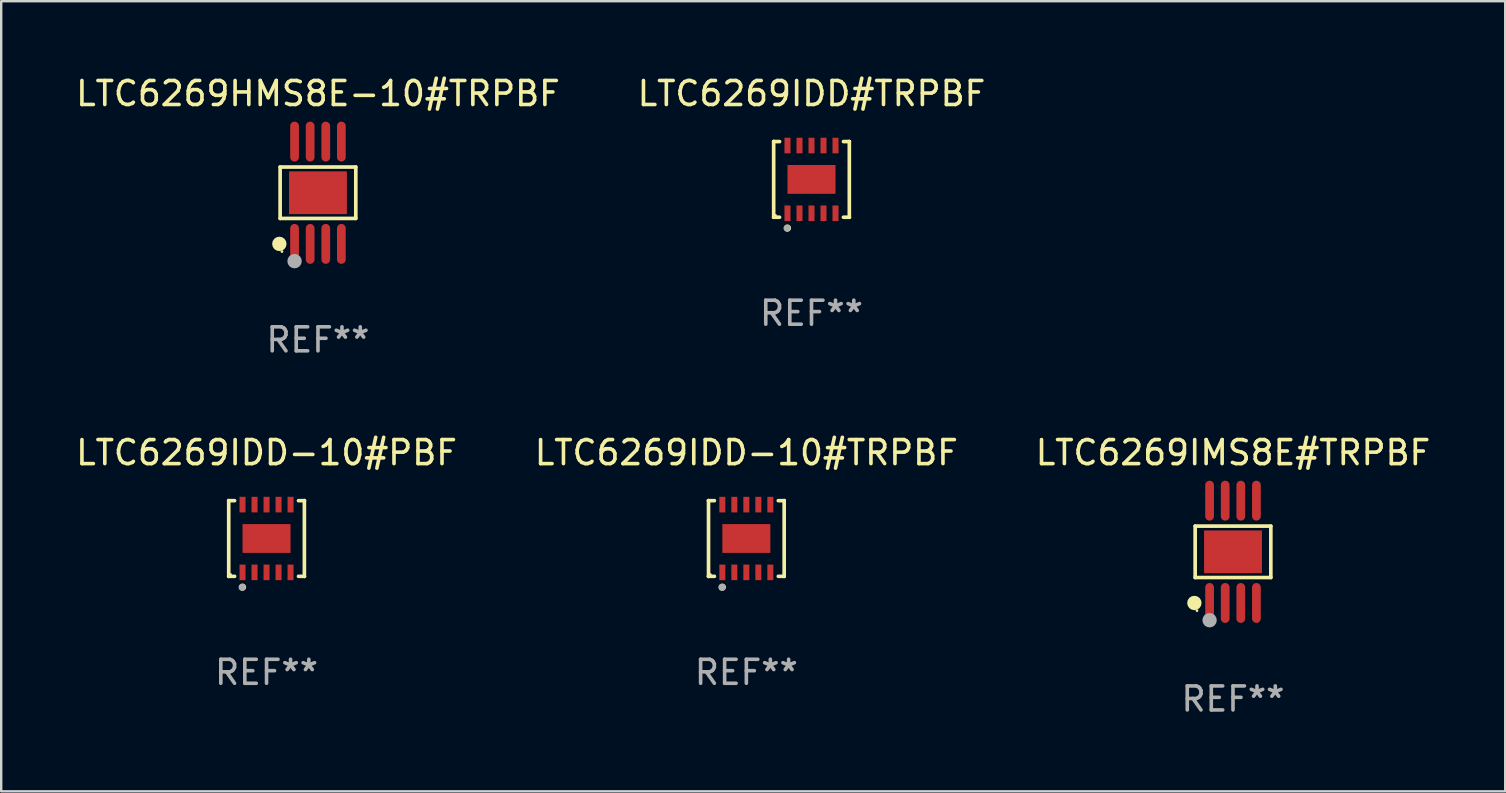
<source format=kicad_pcb>
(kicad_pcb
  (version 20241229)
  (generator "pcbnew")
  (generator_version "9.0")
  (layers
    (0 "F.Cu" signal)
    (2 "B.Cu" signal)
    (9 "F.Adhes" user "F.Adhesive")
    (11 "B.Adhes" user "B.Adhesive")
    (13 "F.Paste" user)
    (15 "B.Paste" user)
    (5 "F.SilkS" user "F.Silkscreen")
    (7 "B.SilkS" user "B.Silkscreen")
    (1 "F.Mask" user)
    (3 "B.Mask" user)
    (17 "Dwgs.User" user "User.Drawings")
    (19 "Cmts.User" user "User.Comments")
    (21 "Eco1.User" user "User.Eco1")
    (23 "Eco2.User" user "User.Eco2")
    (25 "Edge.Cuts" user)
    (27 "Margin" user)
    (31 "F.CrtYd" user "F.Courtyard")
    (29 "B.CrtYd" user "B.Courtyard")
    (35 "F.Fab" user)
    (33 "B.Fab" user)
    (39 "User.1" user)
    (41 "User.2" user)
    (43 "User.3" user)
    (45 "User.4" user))
  (footprint "LTC6269IDD#TRPBF"
    (layer "F.Cu")
    (at 30.756 4.424)
    (property "Reference" "LTC6269IDD#TRPBF" (at 0 -3.576 0) (layer "F.SilkS") (effects (font (size 1 1) (thickness 0.15))))
    (attr through_hole)
    (fp_line (start -1.576 -1.576) (end -1.576 -1.576) (stroke (width 0.152) (type solid)) (layer "F.SilkS"))
    (fp_line (start -1.576 -1.576) (end -1.331 -1.576) (stroke (width 0.152) (type solid)) (layer "F.SilkS"))
    (fp_line (start -1.576 1.576) (end -1.576 -1.576) (stroke (width 0.152) (type solid)) (layer "F.SilkS"))
    (fp_line (start -1.576 1.576) (end -1.576 1.576) (stroke (width 0.152) (type solid)) (layer "F.SilkS"))
    (fp_line (start -1.331 1.576) (end -1.576 1.576) (stroke (width 0.152) (type solid)) (layer "F.SilkS"))
    (fp_line (start 1.331 1.576) (end 1.576 1.576) (stroke (width 0.152) (type solid)) (layer "F.SilkS"))
    (fp_line (start 1.576 -1.576) (end 1.331 -1.576) (stroke (width 0.152) (type solid)) (layer "F.SilkS"))
    (fp_line (start 1.576 -1.576) (end 1.576 -1.576) (stroke (width 0.152) (type solid)) (layer "F.SilkS"))
    (fp_line (start 1.576 1.576) (end 1.576 -1.576) (stroke (width 0.152) (type solid)) (layer "F.SilkS"))
    (fp_line (start 1.576 1.576) (end 1.576 1.576) (stroke (width 0.152) (type solid)) (layer "F.SilkS"))
    (fp_circle (center -1.5 1.5) (end -1.47 1.5) (stroke (width 0.06) (type solid)) (fill no) (layer "F.SilkS"))
    (fp_circle (center -1 2.028) (end -0.925 2.028) (stroke (width 0.15) (type solid)) (fill no) (layer "F.SilkS"))
    (fp_circle (center -1.016 2.032) (end -0.941 2.032) (stroke (width 0.15) (type solid)) (fill no) (layer "F.Fab"))
    (fp_text user "REF**" (at 0 5.576 0) (layer "F.Fab") (effects (font (size 1 1) (thickness 0.15))))
    (pad "1" smd rect (at -1 1.411) (size 0.25 0.65) (layers "F.Cu" "F.Mask" "F.Paste"))
    (pad "2" smd rect (at -0.5 1.411) (size 0.25 0.65) (layers "F.Cu" "F.Mask" "F.Paste"))
    (pad "3" smd rect (at 0 1.411) (size 0.25 0.65) (layers "F.Cu" "F.Mask" "F.Paste"))
    (pad "4" smd rect (at 0.5 1.411) (size 0.25 0.65) (layers "F.Cu" "F.Mask" "F.Paste"))
    (pad "5" smd rect (at 1 1.411) (size 0.25 0.65) (layers "F.Cu" "F.Mask" "F.Paste"))
    (pad "6" smd rect (at 1 -1.411) (size 0.25 0.65) (layers "F.Cu" "F.Mask" "F.Paste"))
    (pad "7" smd rect (at 0.5 -1.411) (size 0.25 0.65) (layers "F.Cu" "F.Mask" "F.Paste"))
    (pad "8" smd rect (at 0 -1.411) (size 0.25 0.65) (layers "F.Cu" "F.Mask" "F.Paste"))
    (pad "9" smd rect (at -0.5 -1.411) (size 0.25 0.65) (layers "F.Cu" "F.Mask" "F.Paste"))
    (pad "10" smd rect (at -1 -1.411) (size 0.25 0.65) (layers "F.Cu" "F.Mask" "F.Paste"))
    (pad "11" smd rect (at 0 0) (size 2 1.2) (layers "F.Cu" "F.Mask" "F.Paste")))
  (footprint "LTC6269IMS8E#TRPBF"
    (layer "F.Cu")
    (at 48.315 19.938)
    (property "Reference" "LTC6269IMS8E#TRPBF" (at 0 -4.131 0) (layer "F.SilkS") (effects (font (size 1 1) (thickness 0.15))))
    (attr through_hole)
    (fp_line (start -1.576 -1.071) (end 1.576 -1.071) (stroke (width 0.152) (type solid)) (layer "F.SilkS"))
    (fp_line (start -1.576 1.071) (end -1.576 -1.071) (stroke (width 0.152) (type solid)) (layer "F.SilkS"))
    (fp_line (start 1.576 -1.071) (end 1.576 1.071) (stroke (width 0.152) (type solid)) (layer "F.SilkS"))
    (fp_line (start 1.576 1.071) (end -1.576 1.071) (stroke (width 0.152) (type solid)) (layer "F.SilkS"))
    (fp_circle (center -1.609 2.131) (end -1.459 2.131) (stroke (width 0.3) (type solid)) (fill no) (layer "F.SilkS"))
    (fp_circle (center -1.5 2.45) (end -1.47 2.45) (stroke (width 0.06) (type solid)) (fill no) (layer "F.SilkS"))
    (fp_circle (center -0.975 2.85) (end -0.825 2.85) (stroke (width 0.3) (type solid)) (fill no) (layer "F.Fab"))
    (fp_text user "REF**" (at 0 6.131 0) (layer "F.Fab") (effects (font (size 1 1) (thickness 0.15))))
    (pad "1" smd oval (at -0.975 2.131) (size 0.364 1.662) (layers "F.Cu" "F.Mask" "F.Paste"))
    (pad "2" smd oval (at -0.325 2.131) (size 0.364 1.662) (layers "F.Cu" "F.Mask" "F.Paste"))
    (pad "3" smd oval (at 0.325 2.131) (size 0.364 1.662) (layers "F.Cu" "F.Mask" "F.Paste"))
    (pad "4" smd oval (at 0.975 2.131) (size 0.364 1.662) (layers "F.Cu" "F.Mask" "F.Paste"))
    (pad "5" smd oval (at 0.975 -2.131) (size 0.364 1.662) (layers "F.Cu" "F.Mask" "F.Paste"))
    (pad "6" smd oval (at 0.325 -2.131) (size 0.364 1.662) (layers "F.Cu" "F.Mask" "F.Paste"))
    (pad "7" smd oval (at -0.325 -2.131) (size 0.364 1.662) (layers "F.Cu" "F.Mask" "F.Paste"))
    (pad "8" smd oval (at -0.975 -2.131) (size 0.364 1.662) (layers "F.Cu" "F.Mask" "F.Paste"))
    (pad "9" smd rect (at 0 0) (size 2.41 1.78) (layers "F.Cu" "F.Mask" "F.Paste")))
  (footprint "LTC6269IDD-10#TRPBF"
    (layer "F.Cu")
    (at 28.042 19.383)
    (property "Reference" "LTC6269IDD-10#TRPBF" (at 0 -3.576 0) (layer "F.SilkS") (effects (font (size 1 1) (thickness 0.15))))
    (attr through_hole)
    (fp_line (start -1.576 -1.576) (end -1.576 -1.576) (stroke (width 0.152) (type solid)) (layer "F.SilkS"))
    (fp_line (start -1.576 -1.576) (end -1.331 -1.576) (stroke (width 0.152) (type solid)) (layer "F.SilkS"))
    (fp_line (start -1.576 1.576) (end -1.576 -1.576) (stroke (width 0.152) (type solid)) (layer "F.SilkS"))
    (fp_line (start -1.576 1.576) (end -1.576 1.576) (stroke (width 0.152) (type solid)) (layer "F.SilkS"))
    (fp_line (start -1.331 1.576) (end -1.576 1.576) (stroke (width 0.152) (type solid)) (layer "F.SilkS"))
    (fp_line (start 1.331 1.576) (end 1.576 1.576) (stroke (width 0.152) (type solid)) (layer "F.SilkS"))
    (fp_line (start 1.576 -1.576) (end 1.331 -1.576) (stroke (width 0.152) (type solid)) (layer "F.SilkS"))
    (fp_line (start 1.576 -1.576) (end 1.576 -1.576) (stroke (width 0.152) (type solid)) (layer "F.SilkS"))
    (fp_line (start 1.576 1.576) (end 1.576 -1.576) (stroke (width 0.152) (type solid)) (layer "F.SilkS"))
    (fp_line (start 1.576 1.576) (end 1.576 1.576) (stroke (width 0.152) (type solid)) (layer "F.SilkS"))
    (fp_circle (center -1.5 1.5) (end -1.47 1.5) (stroke (width 0.06) (type solid)) (fill no) (layer "F.SilkS"))
    (fp_circle (center -1 2.028) (end -0.925 2.028) (stroke (width 0.15) (type solid)) (fill no) (layer "F.SilkS"))
    (fp_circle (center -1.016 2.032) (end -0.941 2.032) (stroke (width 0.15) (type solid)) (fill no) (layer "F.Fab"))
    (fp_text user "REF**" (at 0 5.576 0) (layer "F.Fab") (effects (font (size 1 1) (thickness 0.15))))
    (pad "1" smd rect (at -1 1.411) (size 0.25 0.65) (layers "F.Cu" "F.Mask" "F.Paste"))
    (pad "2" smd rect (at -0.5 1.411) (size 0.25 0.65) (layers "F.Cu" "F.Mask" "F.Paste"))
    (pad "3" smd rect (at 0 1.411) (size 0.25 0.65) (layers "F.Cu" "F.Mask" "F.Paste"))
    (pad "4" smd rect (at 0.5 1.411) (size 0.25 0.65) (layers "F.Cu" "F.Mask" "F.Paste"))
    (pad "5" smd rect (at 1 1.411) (size 0.25 0.65) (layers "F.Cu" "F.Mask" "F.Paste"))
    (pad "6" smd rect (at 1 -1.411) (size 0.25 0.65) (layers "F.Cu" "F.Mask" "F.Paste"))
    (pad "7" smd rect (at 0.5 -1.411) (size 0.25 0.65) (layers "F.Cu" "F.Mask" "F.Paste"))
    (pad "8" smd rect (at 0 -1.411) (size 0.25 0.65) (layers "F.Cu" "F.Mask" "F.Paste"))
    (pad "9" smd rect (at -0.5 -1.411) (size 0.25 0.65) (layers "F.Cu" "F.Mask" "F.Paste"))
    (pad "10" smd rect (at -1 -1.411) (size 0.25 0.65) (layers "F.Cu" "F.Mask" "F.Paste"))
    (pad "11" smd rect (at 0 0) (size 2 1.2) (layers "F.Cu" "F.Mask" "F.Paste")))
  (footprint "LTC6269HMS8E-10#TRPBF"
    (layer "F.Cu")
    (at 10.196 4.979)
    (property "Reference" "LTC6269HMS8E-10#TRPBF" (at 0 -4.131 0) (layer "F.SilkS") (effects (font (size 1 1) (thickness 0.15))))
    (attr through_hole)
    (fp_line (start -1.576 -1.071) (end 1.576 -1.071) (stroke (width 0.152) (type solid)) (layer "F.SilkS"))
    (fp_line (start -1.576 1.071) (end -1.576 -1.071) (stroke (width 0.152) (type solid)) (layer "F.SilkS"))
    (fp_line (start 1.576 -1.071) (end 1.576 1.071) (stroke (width 0.152) (type solid)) (layer "F.SilkS"))
    (fp_line (start 1.576 1.071) (end -1.576 1.071) (stroke (width 0.152) (type solid)) (layer "F.SilkS"))
    (fp_circle (center -1.609 2.131) (end -1.459 2.131) (stroke (width 0.3) (type solid)) (fill no) (layer "F.SilkS"))
    (fp_circle (center -1.5 2.45) (end -1.47 2.45) (stroke (width 0.06) (type solid)) (fill no) (layer "F.SilkS"))
    (fp_circle (center -0.975 2.85) (end -0.825 2.85) (stroke (width 0.3) (type solid)) (fill no) (layer "F.Fab"))
    (fp_text user "REF**" (at 0 6.131 0) (layer "F.Fab") (effects (font (size 1 1) (thickness 0.15))))
    (pad "1" smd oval (at -0.975 2.131) (size 0.364 1.662) (layers "F.Cu" "F.Mask" "F.Paste"))
    (pad "2" smd oval (at -0.325 2.131) (size 0.364 1.662) (layers "F.Cu" "F.Mask" "F.Paste"))
    (pad "3" smd oval (at 0.325 2.131) (size 0.364 1.662) (layers "F.Cu" "F.Mask" "F.Paste"))
    (pad "4" smd oval (at 0.975 2.131) (size 0.364 1.662) (layers "F.Cu" "F.Mask" "F.Paste"))
    (pad "5" smd oval (at 0.975 -2.131) (size 0.364 1.662) (layers "F.Cu" "F.Mask" "F.Paste"))
    (pad "6" smd oval (at 0.325 -2.131) (size 0.364 1.662) (layers "F.Cu" "F.Mask" "F.Paste"))
    (pad "7" smd oval (at -0.325 -2.131) (size 0.364 1.662) (layers "F.Cu" "F.Mask" "F.Paste"))
    (pad "8" smd oval (at -0.975 -2.131) (size 0.364 1.662) (layers "F.Cu" "F.Mask" "F.Paste"))
    (pad "9" smd rect (at 0 0) (size 2.41 1.78) (layers "F.Cu" "F.Mask" "F.Paste")))
  (footprint "LTC6269IDD-10#PBF"
    (layer "F.Cu")
    (at 8.054 19.383)
    (property "Reference" "LTC6269IDD-10#PBF" (at 0 -3.576 0) (layer "F.SilkS") (effects (font (size 1 1) (thickness 0.15))))
    (attr through_hole)
    (fp_line (start -1.576 -1.576) (end -1.576 -1.576) (stroke (width 0.152) (type solid)) (layer "F.SilkS"))
    (fp_line (start -1.576 -1.576) (end -1.331 -1.576) (stroke (width 0.152) (type solid)) (layer "F.SilkS"))
    (fp_line (start -1.576 1.576) (end -1.576 -1.576) (stroke (width 0.152) (type solid)) (layer "F.SilkS"))
    (fp_line (start -1.576 1.576) (end -1.576 1.576) (stroke (width 0.152) (type solid)) (layer "F.SilkS"))
    (fp_line (start -1.331 1.576) (end -1.576 1.576) (stroke (width 0.152) (type solid)) (layer "F.SilkS"))
    (fp_line (start 1.331 1.576) (end 1.576 1.576) (stroke (width 0.152) (type solid)) (layer "F.SilkS"))
    (fp_line (start 1.576 -1.576) (end 1.331 -1.576) (stroke (width 0.152) (type solid)) (layer "F.SilkS"))
    (fp_line (start 1.576 -1.576) (end 1.576 -1.576) (stroke (width 0.152) (type solid)) (layer "F.SilkS"))
    (fp_line (start 1.576 1.576) (end 1.576 -1.576) (stroke (width 0.152) (type solid)) (layer "F.SilkS"))
    (fp_line (start 1.576 1.576) (end 1.576 1.576) (stroke (width 0.152) (type solid)) (layer "F.SilkS"))
    (fp_circle (center -1.5 1.5) (end -1.47 1.5) (stroke (width 0.06) (type solid)) (fill no) (layer "F.SilkS"))
    (fp_circle (center -1 2.028) (end -0.925 2.028) (stroke (width 0.15) (type solid)) (fill no) (layer "F.SilkS"))
    (fp_circle (center -1.016 2.032) (end -0.941 2.032) (stroke (width 0.15) (type solid)) (fill no) (layer "F.Fab"))
    (fp_text user "REF**" (at 0 5.576 0) (layer "F.Fab") (effects (font (size 1 1) (thickness 0.15))))
    (pad "1" smd rect (at -1 1.411) (size 0.25 0.65) (layers "F.Cu" "F.Mask" "F.Paste"))
    (pad "2" smd rect (at -0.5 1.411) (size 0.25 0.65) (layers "F.Cu" "F.Mask" "F.Paste"))
    (pad "3" smd rect (at 0 1.411) (size 0.25 0.65) (layers "F.Cu" "F.Mask" "F.Paste"))
    (pad "4" smd rect (at 0.5 1.411) (size 0.25 0.65) (layers "F.Cu" "F.Mask" "F.Paste"))
    (pad "5" smd rect (at 1 1.411) (size 0.25 0.65) (layers "F.Cu" "F.Mask" "F.Paste"))
    (pad "6" smd rect (at 1 -1.411) (size 0.25 0.65) (layers "F.Cu" "F.Mask" "F.Paste"))
    (pad "7" smd rect (at 0.5 -1.411) (size 0.25 0.65) (layers "F.Cu" "F.Mask" "F.Paste"))
    (pad "8" smd rect (at 0 -1.411) (size 0.25 0.65) (layers "F.Cu" "F.Mask" "F.Paste"))
    (pad "9" smd rect (at -0.5 -1.411) (size 0.25 0.65) (layers "F.Cu" "F.Mask" "F.Paste"))
    (pad "10" smd rect (at -1 -1.411) (size 0.25 0.65) (layers "F.Cu" "F.Mask" "F.Paste"))
    (pad "11" smd rect (at 0 0) (size 2 1.2) (layers "F.Cu" "F.Mask" "F.Paste")))
  (gr_rect
    (start -3 -3)
    (end 59.655 29.917)
    (stroke (width 0.1) (type default))
    (fill no)
    (layer "Edge.Cuts")))
</source>
